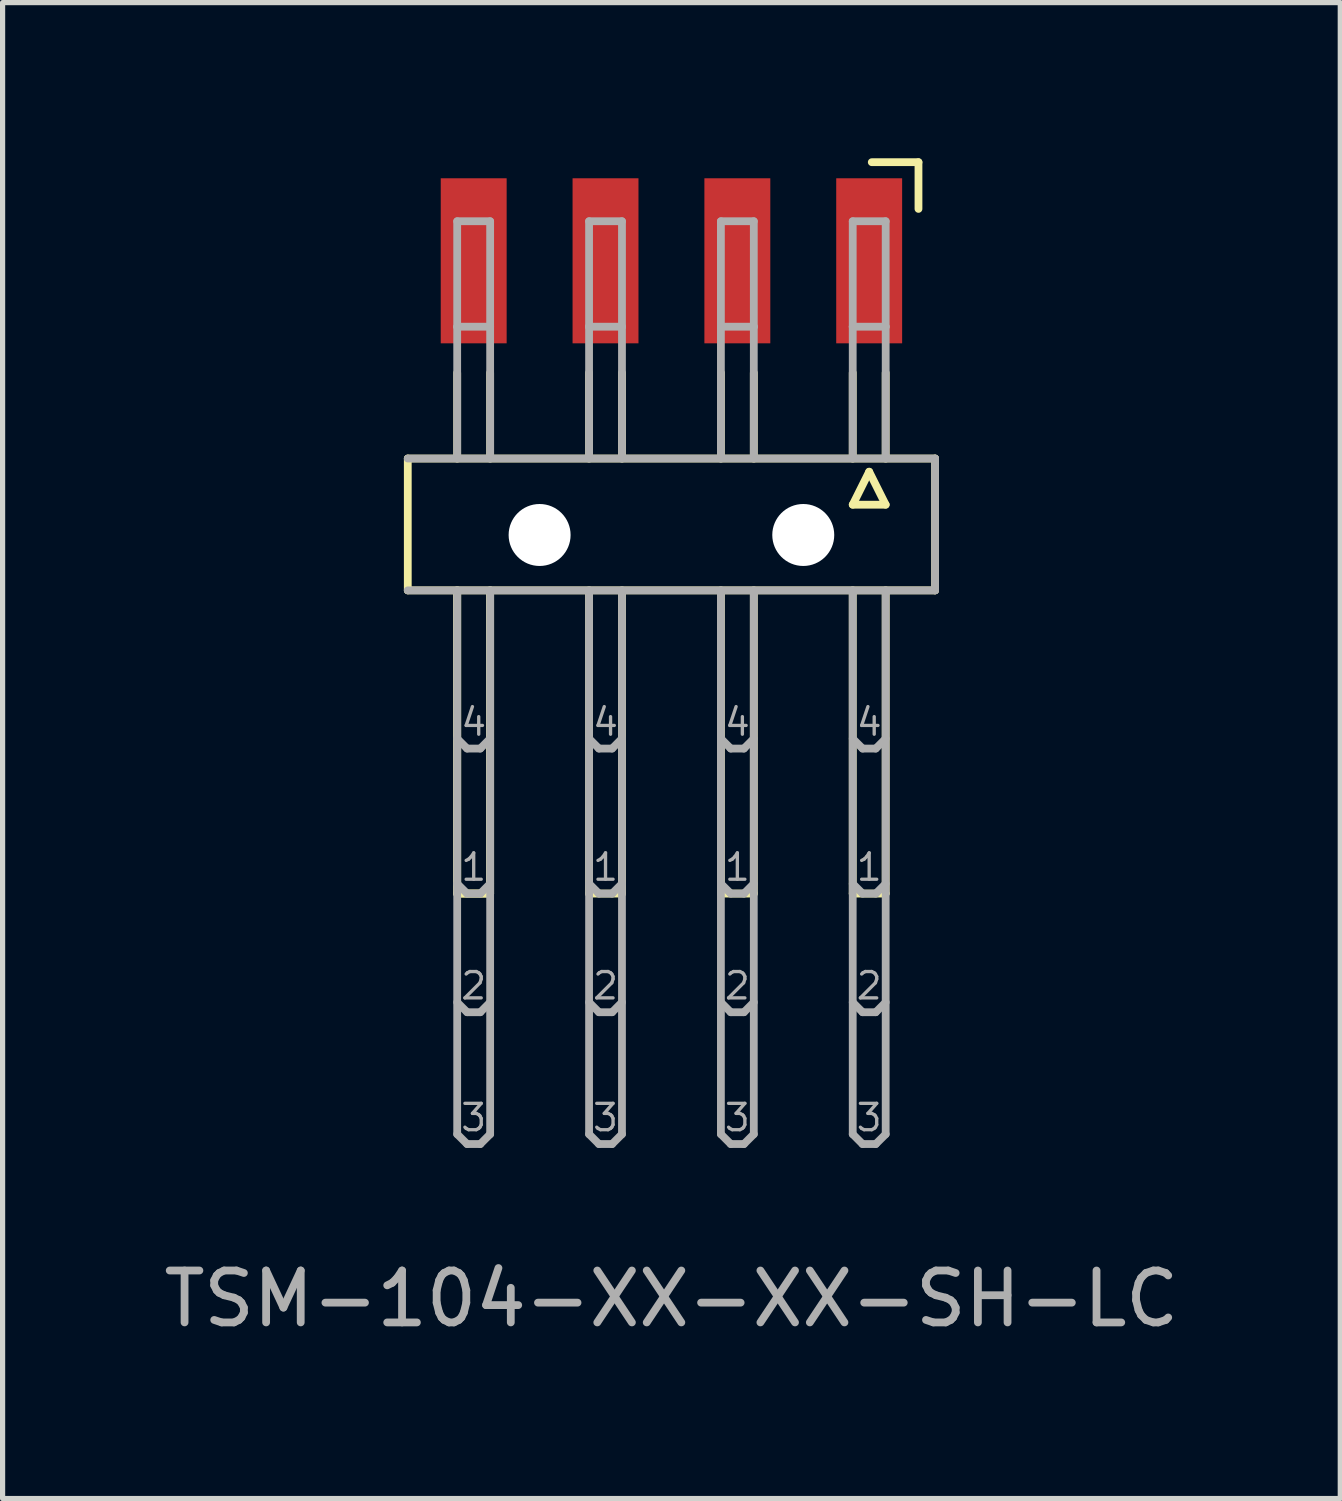
<source format=kicad_pcb>
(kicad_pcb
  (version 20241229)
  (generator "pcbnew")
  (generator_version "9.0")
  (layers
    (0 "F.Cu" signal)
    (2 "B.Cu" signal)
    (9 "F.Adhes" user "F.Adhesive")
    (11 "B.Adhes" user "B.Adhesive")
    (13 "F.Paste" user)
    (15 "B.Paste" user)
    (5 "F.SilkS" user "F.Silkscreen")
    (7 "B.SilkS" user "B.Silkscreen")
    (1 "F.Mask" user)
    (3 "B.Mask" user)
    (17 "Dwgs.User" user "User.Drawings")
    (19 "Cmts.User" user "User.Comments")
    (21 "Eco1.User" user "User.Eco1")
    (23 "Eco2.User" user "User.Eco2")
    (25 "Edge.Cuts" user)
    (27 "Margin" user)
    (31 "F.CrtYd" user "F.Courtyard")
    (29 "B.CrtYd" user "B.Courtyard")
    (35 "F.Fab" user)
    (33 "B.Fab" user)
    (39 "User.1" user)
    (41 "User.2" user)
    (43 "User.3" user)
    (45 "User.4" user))
  (footprint "TSM-104-XX-XX-SH-LC"
    (layer "F.Cu")
    (at 9.887 6.975)
    (property "Reference" "TSM-104-XX-XX-SH-LC" (at 0 15 0) (layer "F.Fab") (effects (font (size 1 1) (thickness 0.15))))
    (attr smd)
    (fp_line (start -5.08 -1.19) (end 5.08 -1.19) (stroke (width 0.15) (type solid)) (layer "F.SilkS"))
    (fp_line (start -5.08 1.35) (end -5.08 -1.19) (stroke (width 0.15) (type solid)) (layer "F.SilkS"))
    (fp_line (start -4.128 -2.841) (end -4.128 -1.19) (stroke (width 0.15) (type solid)) (layer "F.SilkS"))
    (fp_line (start -4.128 1.35) (end -4.128 7.192) (stroke (width 0.15) (type solid)) (layer "F.SilkS"))
    (fp_line (start -4.128 1.35) (end -4.128 7.192) (stroke (width 0.15) (type solid)) (layer "F.SilkS"))
    (fp_line (start -4.128 7.192) (end -3.493 7.192) (stroke (width 0.15) (type solid)) (layer "F.SilkS"))
    (fp_line (start -4.128 7.192) (end -3.493 7.192) (stroke (width 0.15) (type solid)) (layer "F.SilkS"))
    (fp_line (start -3.493 -1.19) (end -3.493 -2.841) (stroke (width 0.15) (type solid)) (layer "F.SilkS"))
    (fp_line (start -3.493 7.192) (end -3.493 1.35) (stroke (width 0.15) (type solid)) (layer "F.SilkS"))
    (fp_line (start -3.493 7.192) (end -3.493 1.35) (stroke (width 0.15) (type solid)) (layer "F.SilkS"))
    (fp_line (start -1.587 -2.841) (end -1.587 -1.19) (stroke (width 0.15) (type solid)) (layer "F.SilkS"))
    (fp_line (start -1.587 1.35) (end -1.587 7.192) (stroke (width 0.15) (type solid)) (layer "F.SilkS"))
    (fp_line (start -1.587 7.192) (end -0.953 7.192) (stroke (width 0.15) (type solid)) (layer "F.SilkS"))
    (fp_line (start -0.953 -1.19) (end -0.953 -2.841) (stroke (width 0.15) (type solid)) (layer "F.SilkS"))
    (fp_line (start -0.953 7.192) (end -0.953 1.35) (stroke (width 0.15) (type solid)) (layer "F.SilkS"))
    (fp_line (start 0.953 -2.841) (end 0.953 -1.19) (stroke (width 0.15) (type solid)) (layer "F.SilkS"))
    (fp_line (start 0.953 1.35) (end 0.953 7.192) (stroke (width 0.15) (type solid)) (layer "F.SilkS"))
    (fp_line (start 0.953 7.192) (end 1.587 7.192) (stroke (width 0.15) (type solid)) (layer "F.SilkS"))
    (fp_line (start 1.587 -1.19) (end 1.587 -2.841) (stroke (width 0.15) (type solid)) (layer "F.SilkS"))
    (fp_line (start 1.587 7.192) (end 1.587 1.35) (stroke (width 0.15) (type solid)) (layer "F.SilkS"))
    (fp_line (start 3.493 -2.841) (end 3.493 -1.19) (stroke (width 0.15) (type solid)) (layer "F.SilkS"))
    (fp_line (start 3.493 -0.301) (end 4.128 -0.301) (stroke (width 0.15) (type solid)) (layer "F.SilkS"))
    (fp_line (start 3.493 1.35) (end 3.493 7.192) (stroke (width 0.15) (type solid)) (layer "F.SilkS"))
    (fp_line (start 3.493 7.192) (end 4.128 7.192) (stroke (width 0.15) (type solid)) (layer "F.SilkS"))
    (fp_line (start 3.81 -0.936) (end 3.493 -0.301) (stroke (width 0.15) (type solid)) (layer "F.SilkS"))
    (fp_line (start 3.86 -6.9) (end 4.76 -6.9) (stroke (width 0.15) (type solid)) (layer "F.SilkS"))
    (fp_line (start 4.128 -1.19) (end 4.128 -2.841) (stroke (width 0.15) (type solid)) (layer "F.SilkS"))
    (fp_line (start 4.128 -0.301) (end 3.81 -0.936) (stroke (width 0.15) (type solid)) (layer "F.SilkS"))
    (fp_line (start 4.128 7.192) (end 4.128 1.35) (stroke (width 0.15) (type solid)) (layer "F.SilkS"))
    (fp_line (start 4.76 -6.9) (end 4.76 -6) (stroke (width 0.15) (type solid)) (layer "F.SilkS"))
    (fp_line (start 5.08 -1.19) (end 5.08 1.35) (stroke (width 0.15) (type solid)) (layer "F.SilkS"))
    (fp_line (start 5.08 1.35) (end -5.08 1.35) (stroke (width 0.15) (type solid)) (layer "F.SilkS"))
    (fp_line (start -5.08 -1.19) (end 5.08 -1.19) (stroke (width 0.15) (type solid)) (layer "F.Fab"))
    (fp_line (start -4.128 -5.762) (end -3.493 -5.762) (stroke (width 0.15) (type solid)) (layer "F.Fab"))
    (fp_line (start -4.128 -3.73) (end -4.128 -5.762) (stroke (width 0.15) (type solid)) (layer "F.Fab"))
    (fp_line (start -4.128 -3.73) (end -4.128 -1.19) (stroke (width 0.15) (type solid)) (layer "F.Fab"))
    (fp_line (start -4.128 1.35) (end -4.128 11.828) (stroke (width 0.15) (type solid)) (layer "F.Fab"))
    (fp_line (start -4.128 4.207) (end -3.937 4.398) (stroke (width 0.15) (type solid)) (layer "F.Fab"))
    (fp_line (start -4.128 7.002) (end -3.937 7.192) (stroke (width 0.15) (type solid)) (layer "F.Fab"))
    (fp_line (start -4.128 9.287) (end -3.937 9.478) (stroke (width 0.15) (type solid)) (layer "F.Fab"))
    (fp_line (start -4.128 11.828) (end -3.937 12.018) (stroke (width 0.15) (type solid)) (layer "F.Fab"))
    (fp_line (start -3.937 4.398) (end -3.683 4.398) (stroke (width 0.15) (type solid)) (layer "F.Fab"))
    (fp_line (start -3.937 7.192) (end -3.683 7.192) (stroke (width 0.15) (type solid)) (layer "F.Fab"))
    (fp_line (start -3.937 9.478) (end -3.683 9.478) (stroke (width 0.15) (type solid)) (layer "F.Fab"))
    (fp_line (start -3.937 12.018) (end -3.683 12.018) (stroke (width 0.15) (type solid)) (layer "F.Fab"))
    (fp_line (start -3.683 4.398) (end -3.493 4.207) (stroke (width 0.15) (type solid)) (layer "F.Fab"))
    (fp_line (start -3.683 7.192) (end -3.493 7.002) (stroke (width 0.15) (type solid)) (layer "F.Fab"))
    (fp_line (start -3.683 9.478) (end -3.493 9.287) (stroke (width 0.15) (type solid)) (layer "F.Fab"))
    (fp_line (start -3.683 12.018) (end -3.493 11.828) (stroke (width 0.15) (type solid)) (layer "F.Fab"))
    (fp_line (start -3.493 -5.762) (end -3.493 -3.73) (stroke (width 0.15) (type solid)) (layer "F.Fab"))
    (fp_line (start -3.493 -3.73) (end -4.128 -3.73) (stroke (width 0.15) (type solid)) (layer "F.Fab"))
    (fp_line (start -3.493 -3.73) (end -3.493 -1.19) (stroke (width 0.15) (type solid)) (layer "F.Fab"))
    (fp_line (start -3.493 11.828) (end -3.493 1.35) (stroke (width 0.15) (type solid)) (layer "F.Fab"))
    (fp_line (start -1.587 -5.762) (end -0.953 -5.762) (stroke (width 0.15) (type solid)) (layer "F.Fab"))
    (fp_line (start -1.587 -3.73) (end -1.587 -5.762) (stroke (width 0.15) (type solid)) (layer "F.Fab"))
    (fp_line (start -1.587 -3.73) (end -1.587 -1.19) (stroke (width 0.15) (type solid)) (layer "F.Fab"))
    (fp_line (start -1.587 1.35) (end -1.587 11.828) (stroke (width 0.15) (type solid)) (layer "F.Fab"))
    (fp_line (start -1.587 4.207) (end -1.397 4.398) (stroke (width 0.15) (type solid)) (layer "F.Fab"))
    (fp_line (start -1.587 7.002) (end -1.397 7.192) (stroke (width 0.15) (type solid)) (layer "F.Fab"))
    (fp_line (start -1.587 9.287) (end -1.397 9.478) (stroke (width 0.15) (type solid)) (layer "F.Fab"))
    (fp_line (start -1.587 11.828) (end -1.397 12.018) (stroke (width 0.15) (type solid)) (layer "F.Fab"))
    (fp_line (start -1.397 4.398) (end -1.143 4.398) (stroke (width 0.15) (type solid)) (layer "F.Fab"))
    (fp_line (start -1.397 7.192) (end -1.143 7.192) (stroke (width 0.15) (type solid)) (layer "F.Fab"))
    (fp_line (start -1.397 9.478) (end -1.143 9.478) (stroke (width 0.15) (type solid)) (layer "F.Fab"))
    (fp_line (start -1.397 12.018) (end -1.143 12.018) (stroke (width 0.15) (type solid)) (layer "F.Fab"))
    (fp_line (start -1.143 4.398) (end -0.953 4.207) (stroke (width 0.15) (type solid)) (layer "F.Fab"))
    (fp_line (start -1.143 7.192) (end -0.953 7.002) (stroke (width 0.15) (type solid)) (layer "F.Fab"))
    (fp_line (start -1.143 9.478) (end -0.953 9.287) (stroke (width 0.15) (type solid)) (layer "F.Fab"))
    (fp_line (start -1.143 12.018) (end -0.953 11.828) (stroke (width 0.15) (type solid)) (layer "F.Fab"))
    (fp_line (start -0.953 -5.762) (end -0.953 -3.73) (stroke (width 0.15) (type solid)) (layer "F.Fab"))
    (fp_line (start -0.953 -3.73) (end -1.587 -3.73) (stroke (width 0.15) (type solid)) (layer "F.Fab"))
    (fp_line (start -0.953 -3.73) (end -0.953 -1.19) (stroke (width 0.15) (type solid)) (layer "F.Fab"))
    (fp_line (start -0.953 11.828) (end -0.953 1.35) (stroke (width 0.15) (type solid)) (layer "F.Fab"))
    (fp_line (start 0.953 -5.762) (end 1.587 -5.762) (stroke (width 0.15) (type solid)) (layer "F.Fab"))
    (fp_line (start 0.953 -3.73) (end 0.953 -5.762) (stroke (width 0.15) (type solid)) (layer "F.Fab"))
    (fp_line (start 0.953 -3.73) (end 0.953 -1.19) (stroke (width 0.15) (type solid)) (layer "F.Fab"))
    (fp_line (start 0.953 1.35) (end 0.953 11.828) (stroke (width 0.15) (type solid)) (layer "F.Fab"))
    (fp_line (start 0.953 4.207) (end 1.143 4.398) (stroke (width 0.15) (type solid)) (layer "F.Fab"))
    (fp_line (start 0.953 7.002) (end 1.143 7.192) (stroke (width 0.15) (type solid)) (layer "F.Fab"))
    (fp_line (start 0.953 9.287) (end 1.143 9.478) (stroke (width 0.15) (type solid)) (layer "F.Fab"))
    (fp_line (start 0.953 11.828) (end 1.143 12.018) (stroke (width 0.15) (type solid)) (layer "F.Fab"))
    (fp_line (start 1.143 4.398) (end 1.397 4.398) (stroke (width 0.15) (type solid)) (layer "F.Fab"))
    (fp_line (start 1.143 7.192) (end 1.397 7.192) (stroke (width 0.15) (type solid)) (layer "F.Fab"))
    (fp_line (start 1.143 9.478) (end 1.397 9.478) (stroke (width 0.15) (type solid)) (layer "F.Fab"))
    (fp_line (start 1.143 12.018) (end 1.397 12.018) (stroke (width 0.15) (type solid)) (layer "F.Fab"))
    (fp_line (start 1.397 4.398) (end 1.587 4.207) (stroke (width 0.15) (type solid)) (layer "F.Fab"))
    (fp_line (start 1.397 7.192) (end 1.587 7.002) (stroke (width 0.15) (type solid)) (layer "F.Fab"))
    (fp_line (start 1.397 9.478) (end 1.587 9.287) (stroke (width 0.15) (type solid)) (layer "F.Fab"))
    (fp_line (start 1.397 12.018) (end 1.587 11.828) (stroke (width 0.15) (type solid)) (layer "F.Fab"))
    (fp_line (start 1.587 -5.762) (end 1.587 -3.73) (stroke (width 0.15) (type solid)) (layer "F.Fab"))
    (fp_line (start 1.587 -3.73) (end 0.953 -3.73) (stroke (width 0.15) (type solid)) (layer "F.Fab"))
    (fp_line (start 1.587 -3.73) (end 1.587 -1.19) (stroke (width 0.15) (type solid)) (layer "F.Fab"))
    (fp_line (start 1.587 11.828) (end 1.587 1.35) (stroke (width 0.15) (type solid)) (layer "F.Fab"))
    (fp_line (start 3.493 -5.762) (end 4.128 -5.762) (stroke (width 0.15) (type solid)) (layer "F.Fab"))
    (fp_line (start 3.493 -3.73) (end 3.493 -5.762) (stroke (width 0.15) (type solid)) (layer "F.Fab"))
    (fp_line (start 3.493 -3.73) (end 3.493 -1.19) (stroke (width 0.15) (type solid)) (layer "F.Fab"))
    (fp_line (start 3.493 1.35) (end 3.493 11.828) (stroke (width 0.15) (type solid)) (layer "F.Fab"))
    (fp_line (start 3.493 4.207) (end 3.683 4.398) (stroke (width 0.15) (type solid)) (layer "F.Fab"))
    (fp_line (start 3.493 7.002) (end 3.683 7.192) (stroke (width 0.15) (type solid)) (layer "F.Fab"))
    (fp_line (start 3.493 9.287) (end 3.683 9.478) (stroke (width 0.15) (type solid)) (layer "F.Fab"))
    (fp_line (start 3.493 11.828) (end 3.683 12.018) (stroke (width 0.15) (type solid)) (layer "F.Fab"))
    (fp_line (start 3.683 4.398) (end 3.937 4.398) (stroke (width 0.15) (type solid)) (layer "F.Fab"))
    (fp_line (start 3.683 7.192) (end 3.937 7.192) (stroke (width 0.15) (type solid)) (layer "F.Fab"))
    (fp_line (start 3.683 9.478) (end 3.937 9.478) (stroke (width 0.15) (type solid)) (layer "F.Fab"))
    (fp_line (start 3.683 12.018) (end 3.937 12.018) (stroke (width 0.15) (type solid)) (layer "F.Fab"))
    (fp_line (start 3.937 4.398) (end 4.128 4.207) (stroke (width 0.15) (type solid)) (layer "F.Fab"))
    (fp_line (start 3.937 7.192) (end 4.128 7.002) (stroke (width 0.15) (type solid)) (layer "F.Fab"))
    (fp_line (start 3.937 9.478) (end 4.128 9.287) (stroke (width 0.15) (type solid)) (layer "F.Fab"))
    (fp_line (start 3.937 12.018) (end 4.128 11.828) (stroke (width 0.15) (type solid)) (layer "F.Fab"))
    (fp_line (start 4.128 -5.762) (end 4.128 -3.73) (stroke (width 0.15) (type solid)) (layer "F.Fab"))
    (fp_line (start 4.128 -3.73) (end 3.493 -3.73) (stroke (width 0.15) (type solid)) (layer "F.Fab"))
    (fp_line (start 4.128 -3.73) (end 4.128 -1.19) (stroke (width 0.15) (type solid)) (layer "F.Fab"))
    (fp_line (start 4.128 11.828) (end 4.128 1.35) (stroke (width 0.15) (type solid)) (layer "F.Fab"))
    (fp_line (start 5.08 -1.19) (end 5.08 1.35) (stroke (width 0.15) (type solid)) (layer "F.Fab"))
    (fp_line (start 5.08 1.35) (end -5.08 1.35) (stroke (width 0.15) (type solid)) (layer "F.Fab"))
    (fp_text user "1" (at 1.27 6.684 0) (layer "F.Fab") (effects (font (size 0.508 0.508) (thickness 0.064))))
    (fp_text user "1" (at -1.27 6.684 0) (layer "F.Fab") (effects (font (size 0.508 0.508) (thickness 0.064))))
    (fp_text user "4" (at -1.27 3.89 0) (layer "F.Fab") (effects (font (size 0.508 0.508) (thickness 0.064))))
    (fp_text user "4" (at 1.27 3.89 0) (layer "F.Fab") (effects (font (size 0.508 0.508) (thickness 0.064))))
    (fp_text user "3" (at 3.81 11.51 0) (layer "F.Fab") (effects (font (size 0.508 0.508) (thickness 0.064))))
    (fp_text user "2" (at -3.81 8.97 0) (layer "F.Fab") (effects (font (size 0.508 0.508) (thickness 0.064))))
    (fp_text user "4" (at 3.81 3.89 0) (layer "F.Fab") (effects (font (size 0.508 0.508) (thickness 0.064))))
    (fp_text user "3" (at -3.81 11.51 0) (layer "F.Fab") (effects (font (size 0.508 0.508) (thickness 0.064))))
    (fp_text user "3" (at -1.27 11.51 0) (layer "F.Fab") (effects (font (size 0.508 0.508) (thickness 0.064))))
    (fp_text user "2" (at 1.27 8.97 0) (layer "F.Fab") (effects (font (size 0.508 0.508) (thickness 0.064))))
    (fp_text user "3" (at 1.27 11.51 0) (layer "F.Fab") (effects (font (size 0.508 0.508) (thickness 0.064))))
    (fp_text user "4" (at -3.81 3.89 0) (layer "F.Fab") (effects (font (size 0.508 0.508) (thickness 0.064))))
    (fp_text user "1" (at 3.81 6.684 0) (layer "F.Fab") (effects (font (size 0.508 0.508) (thickness 0.064))))
    (fp_text user "1" (at -3.81 6.684 0) (layer "F.Fab") (effects (font (size 0.508 0.508) (thickness 0.064))))
    (fp_text user "2" (at 3.81 8.97 0) (layer "F.Fab") (effects (font (size 0.508 0.508) (thickness 0.064))))
    (fp_text user "2" (at -1.27 8.97 0) (layer "F.Fab") (effects (font (size 0.508 0.508) (thickness 0.064))))
    (pad "" np_thru_hole circle (at -2.54 0.283) (size 1.194 1.194) (drill 1.194) (layers "*.Cu"))
    (pad "" np_thru_hole circle (at 2.54 0.283) (size 1.194 1.194) (drill 1.194) (layers "*.Cu"))
    (pad "1" smd rect (at 3.81 -5) (size 1.27 3.18) (layers "F.Cu" "F.Mask" "F.Paste"))
    (pad "2" smd rect (at 1.27 -5) (size 1.27 3.18) (layers "F.Cu" "F.Mask" "F.Paste"))
    (pad "3" smd rect (at -1.27 -5) (size 1.27 3.18) (layers "F.Cu" "F.Mask" "F.Paste"))
    (pad "4" smd rect (at -3.81 -5) (size 1.27 3.18) (layers "F.Cu" "F.Mask" "F.Paste")))
  (gr_rect
    (start -3 -3)
    (end 22.774 25.823)
    (stroke (width 0.1) (type default))
    (fill no)
    (layer "Edge.Cuts")))
</source>
